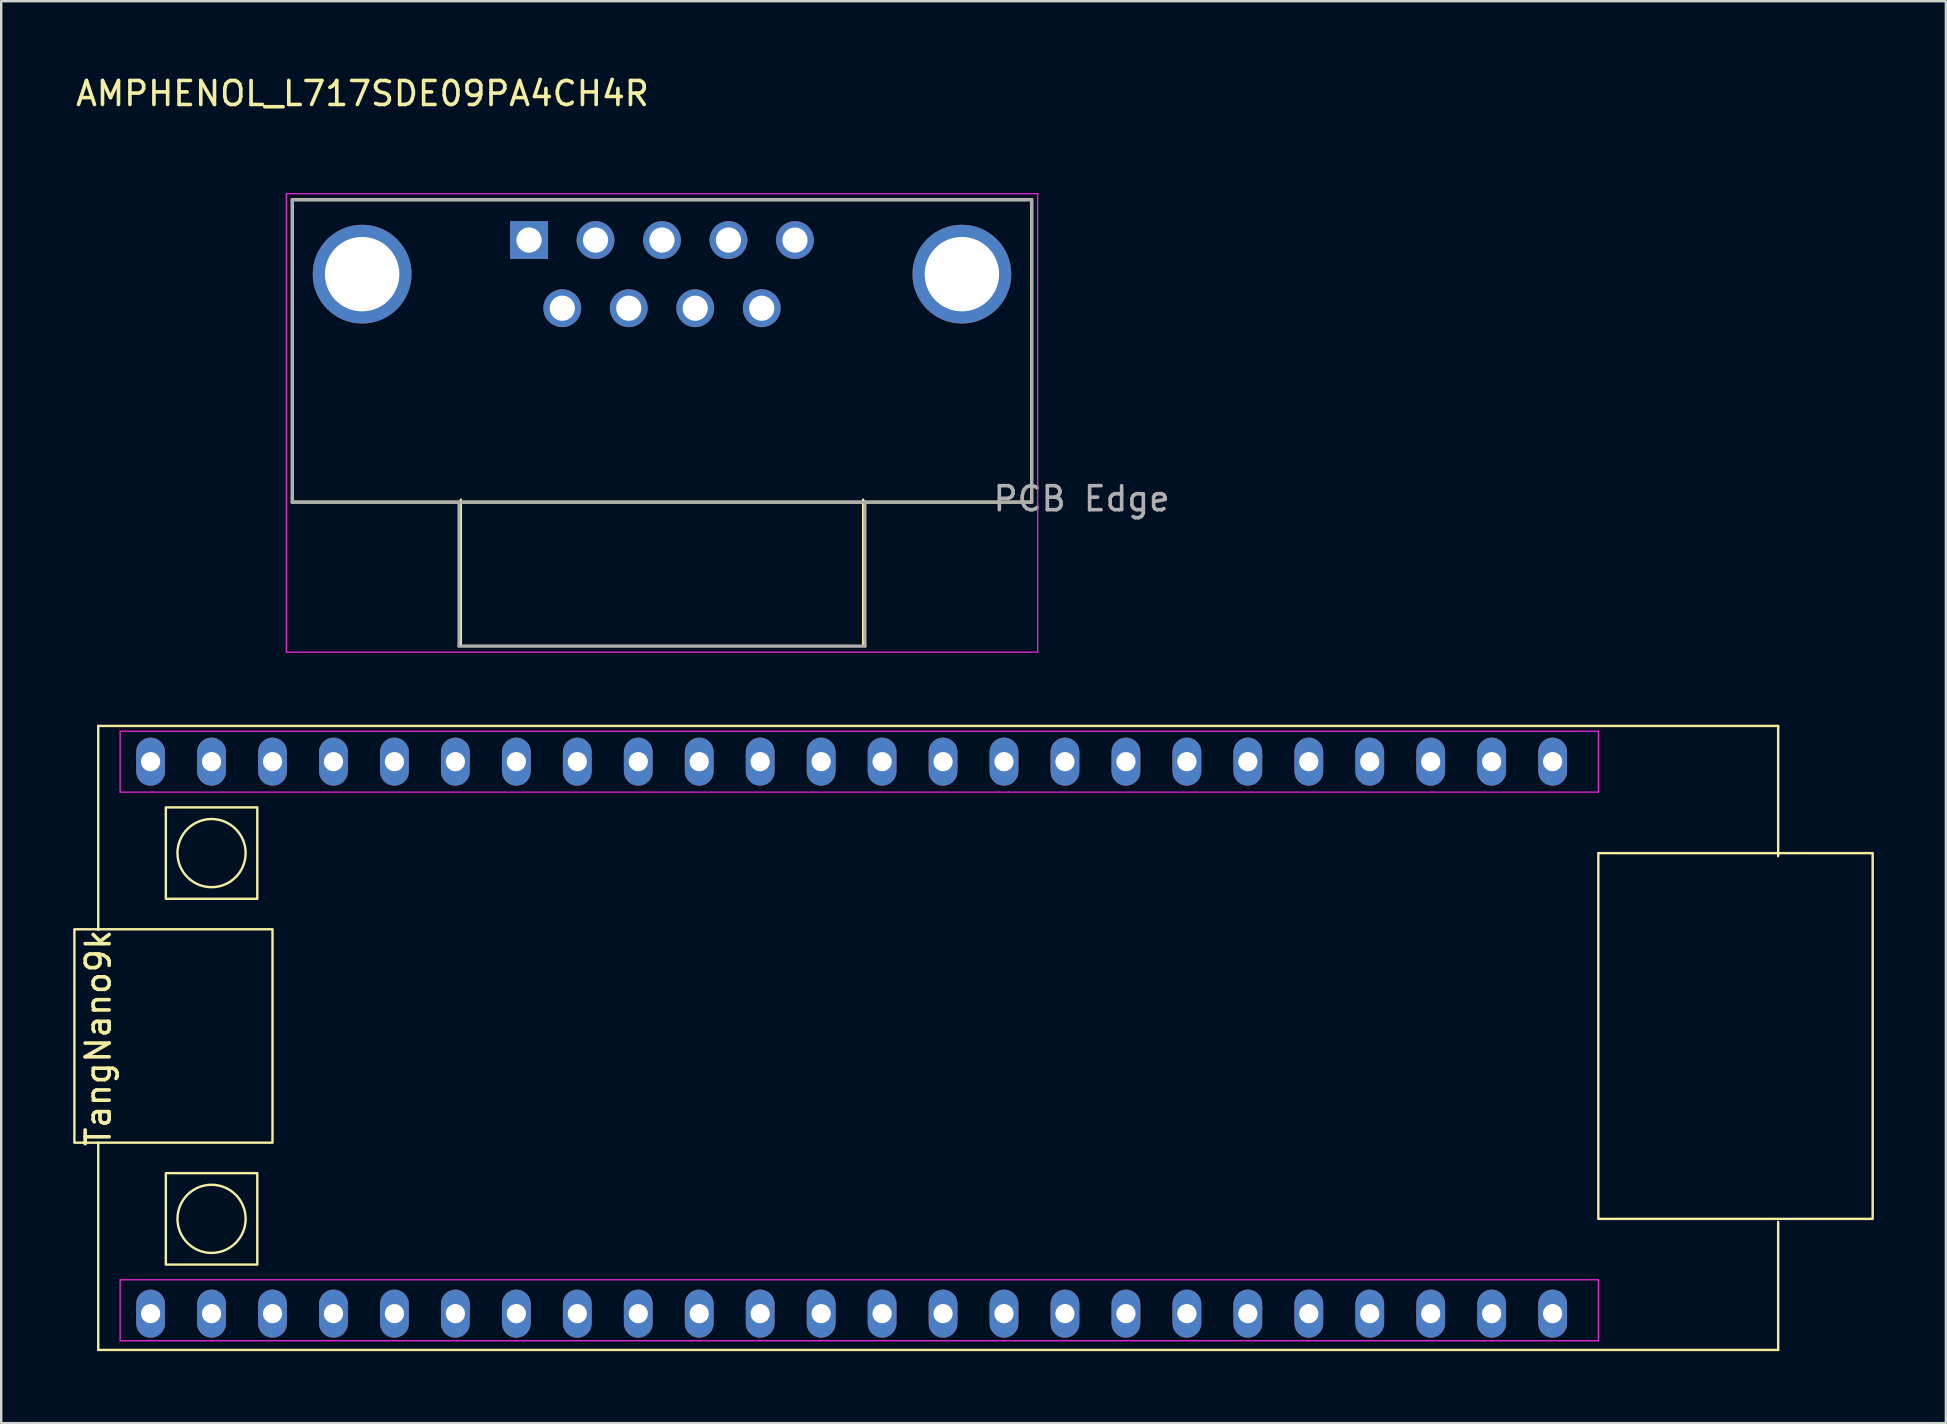
<source format=kicad_pcb>
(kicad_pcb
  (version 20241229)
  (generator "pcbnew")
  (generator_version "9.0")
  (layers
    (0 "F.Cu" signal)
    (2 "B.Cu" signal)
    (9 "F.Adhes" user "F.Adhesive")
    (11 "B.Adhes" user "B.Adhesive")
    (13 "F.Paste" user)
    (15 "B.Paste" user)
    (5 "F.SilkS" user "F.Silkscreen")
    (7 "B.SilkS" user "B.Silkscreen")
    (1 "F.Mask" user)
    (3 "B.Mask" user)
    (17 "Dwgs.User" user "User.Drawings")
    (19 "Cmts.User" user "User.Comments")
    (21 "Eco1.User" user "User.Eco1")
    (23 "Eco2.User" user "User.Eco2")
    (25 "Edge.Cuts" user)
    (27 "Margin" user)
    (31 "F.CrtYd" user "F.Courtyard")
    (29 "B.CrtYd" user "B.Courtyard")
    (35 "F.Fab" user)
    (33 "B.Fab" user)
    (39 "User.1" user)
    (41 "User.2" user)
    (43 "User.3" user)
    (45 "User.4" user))
  (footprint "AMPHENOL_L717SDE09PA4CH4R"
    (layer "F.Cu")
    (at 24.739 8.373)
    (property "Reference" "AMPHENOL_L717SDE09PA4CH4R" (at -12.685 -7.525 0) (layer "F.SilkS") (effects (font (size 1 1) (thickness 0.15))))
    (attr through_hole)
    (fp_line (start -15.61 -3.1) (end 15.2 -3.1) (stroke (width 0.127) (type solid)) (layer "F.SilkS"))
    (fp_line (start -15.61 9.5) (end -15.61 -3.1) (stroke (width 0.127) (type solid)) (layer "F.SilkS"))
    (fp_line (start -15.61 9.5) (end 15.2 9.5) (stroke (width 0.127) (type solid)) (layer "F.SilkS"))
    (fp_line (start -8.587 9.398) (end -8.587 15.494) (stroke (width 0.1) (type default)) (layer "F.SilkS"))
    (fp_line (start -8.587 15.494) (end 8.177 15.494) (stroke (width 0.1) (type default)) (layer "F.SilkS"))
    (fp_line (start 8.177 15.494) (end 8.177 9.398) (stroke (width 0.1) (type default)) (layer "F.SilkS"))
    (fp_line (start 15.2 9.5) (end 15.2 -3.1) (stroke (width 0.127) (type solid)) (layer "F.SilkS"))
    (fp_line (start -15.86 -3.35) (end -15.86 15.75) (stroke (width 0.05) (type solid)) (layer "F.CrtYd"))
    (fp_line (start -15.86 15.75) (end 15.45 15.75) (stroke (width 0.05) (type solid)) (layer "F.CrtYd"))
    (fp_line (start 15.45 -3.35) (end -15.86 -3.35) (stroke (width 0.05) (type solid)) (layer "F.CrtYd"))
    (fp_line (start 15.45 15.75) (end 15.45 -3.35) (stroke (width 0.05) (type solid)) (layer "F.CrtYd"))
    (fp_line (start -15.61 -3.1) (end 15.2 -3.1) (stroke (width 0.127) (type solid)) (layer "F.Fab"))
    (fp_line (start -15.61 9.5) (end -15.61 -3.1) (stroke (width 0.127) (type solid)) (layer "F.Fab"))
    (fp_line (start -15.61 9.5) (end -8.665 9.5) (stroke (width 0.127) (type solid)) (layer "F.Fab"))
    (fp_line (start -8.665 9.5) (end -8.665 15.5) (stroke (width 0.127) (type solid)) (layer "F.Fab"))
    (fp_line (start -8.665 9.5) (end 8.255 9.5) (stroke (width 0.127) (type solid)) (layer "F.Fab"))
    (fp_line (start -8.665 15.5) (end 8.255 15.5) (stroke (width 0.127) (type solid)) (layer "F.Fab"))
    (fp_line (start 8.255 9.5) (end 15.2 9.5) (stroke (width 0.127) (type solid)) (layer "F.Fab"))
    (fp_line (start 8.255 15.5) (end 8.255 9.5) (stroke (width 0.127) (type solid)) (layer "F.Fab"))
    (fp_line (start 15.2 9.5) (end 15.2 -3.1) (stroke (width 0.127) (type solid)) (layer "F.Fab"))
    (fp_text user "PCB Edge" (at 17.28 9.36 0) (layer "F.Fab") (effects (font (size 1 1) (thickness 0.15))))
    (pad "1" thru_hole rect (at -5.745 -1.42) (size 1.575 1.575) (drill 1.05) (layers "*.Cu" "*.Mask"))
    (pad "2" thru_hole circle (at -2.975 -1.42) (size 1.575 1.575) (drill 1.05) (layers "*.Cu" "*.Mask"))
    (pad "3" thru_hole circle (at -0.205 -1.42) (size 1.575 1.575) (drill 1.05) (layers "*.Cu" "*.Mask"))
    (pad "4" thru_hole circle (at 2.565 -1.42) (size 1.575 1.575) (drill 1.05) (layers "*.Cu" "*.Mask"))
    (pad "5" thru_hole circle (at 5.335 -1.42) (size 1.575 1.575) (drill 1.05) (layers "*.Cu" "*.Mask"))
    (pad "6" thru_hole circle (at -4.36 1.42) (size 1.575 1.575) (drill 1.05) (layers "*.Cu" "*.Mask"))
    (pad "7" thru_hole circle (at -1.59 1.42) (size 1.575 1.575) (drill 1.05) (layers "*.Cu" "*.Mask"))
    (pad "8" thru_hole circle (at 1.18 1.42) (size 1.575 1.575) (drill 1.05) (layers "*.Cu" "*.Mask"))
    (pad "9" thru_hole circle (at 3.95 1.42) (size 1.575 1.575) (drill 1.05) (layers "*.Cu" "*.Mask"))
    (pad "S1" thru_hole circle (at -12.7 0) (size 4.116 4.116) (drill 3.1) (layers "*.Cu" "*.Mask"))
    (pad "S2" thru_hole circle (at 12.29 0) (size 4.116 4.116) (drill 3.1) (layers "*.Cu" "*.Mask")))
  (footprint "TangNano9k"
    (layer "F.Cu")
    (at 31.165 40.117)
    (property "Reference" "TangNano9k" (at -30.122 0.081 90) (unlocked yes) (layer "F.SilkS") (effects (font (size 1 1) (thickness 0.15))))
    (attr through_hole)
    (fp_line (start -30.122 -12.919) (end -30.122 -4.419) (stroke (width 0.1) (type default)) (layer "F.SilkS"))
    (fp_line (start -30.122 -12.919) (end 39.878 -12.919) (stroke (width 0.1) (type default)) (layer "F.SilkS"))
    (fp_line (start -30.122 13.081) (end -30.122 4.444) (stroke (width 0.1) (type default)) (layer "F.SilkS"))
    (fp_line (start -30.122 13.081) (end 39.878 13.081) (stroke (width 0.1) (type default)) (layer "F.SilkS"))
    (fp_line (start 39.878 -12.919) (end 39.878 -7.493) (stroke (width 0.1) (type default)) (layer "F.SilkS"))
    (fp_line (start 39.878 13.081) (end 39.878 7.747) (stroke (width 0.1) (type default)) (layer "F.SilkS"))
    (fp_rect (start -31.115 -4.445) (end -22.86 4.445) (stroke (width 0.1) (type default)) (fill no) (layer "F.SilkS"))
    (fp_rect (start -27.305 -9.525) (end -23.495 -5.715) (stroke (width 0.1) (type default)) (fill no) (layer "F.SilkS"))
    (fp_rect (start -27.305 5.715) (end -23.495 9.525) (stroke (width 0.1) (type default)) (fill no) (layer "F.SilkS"))
    (fp_rect (start 32.385 -7.62) (end 43.815 7.62) (stroke (width 0.1) (type default)) (fill no) (layer "F.SilkS"))
    (fp_circle (center -25.4 -7.62) (end -24.13 -8.255) (stroke (width 0.1) (type default)) (fill no) (layer "F.SilkS"))
    (fp_circle (center -25.4 7.62) (end -24.13 6.985) (stroke (width 0.1) (type default)) (fill no) (layer "F.SilkS"))
    (fp_line (start -29.21 -12.7) (end 32.385 -12.7) (stroke (width 0.05) (type default)) (layer "F.CrtYd"))
    (fp_line (start -29.21 -10.16) (end -29.21 -12.7) (stroke (width 0.05) (type default)) (layer "F.CrtYd"))
    (fp_line (start -29.21 -10.16) (end 32.385 -10.16) (stroke (width 0.05) (type default)) (layer "F.CrtYd"))
    (fp_line (start -29.21 10.16) (end 32.385 10.16) (stroke (width 0.05) (type default)) (layer "F.CrtYd"))
    (fp_line (start -29.21 12.7) (end -29.21 10.16) (stroke (width 0.05) (type default)) (layer "F.CrtYd"))
    (fp_line (start -29.21 12.7) (end 32.385 12.7) (stroke (width 0.05) (type default)) (layer "F.CrtYd"))
    (fp_line (start 32.385 -12.7) (end 32.385 -10.16) (stroke (width 0.05) (type default)) (layer "F.CrtYd"))
    (fp_line (start 32.385 10.16) (end 32.385 12.7) (stroke (width 0.05) (type default)) (layer "F.CrtYd"))
    (pad "1" thru_hole oval (at -27.94 11.57) (size 1.2 2) (drill 0.8) (layers "*.Cu" "*.Mask"))
    (pad "2" thru_hole oval (at -25.4 11.57) (size 1.2 2) (drill 0.8) (layers "*.Cu" "*.Mask"))
    (pad "3" thru_hole oval (at -22.86 11.57) (size 1.2 2) (drill 0.8) (layers "*.Cu" "*.Mask"))
    (pad "4" thru_hole oval (at -20.32 11.57) (size 1.2 2) (drill 0.8) (layers "*.Cu" "*.Mask"))
    (pad "5" thru_hole oval (at -17.78 11.57) (size 1.2 2) (drill 0.8) (layers "*.Cu" "*.Mask"))
    (pad "6" thru_hole oval (at -15.24 11.57) (size 1.2 2) (drill 0.8) (layers "*.Cu" "*.Mask"))
    (pad "7" thru_hole oval (at -12.7 11.57) (size 1.2 2) (drill 0.8) (layers "*.Cu" "*.Mask"))
    (pad "8" thru_hole oval (at -10.16 11.57) (size 1.2 2) (drill 0.8) (layers "*.Cu" "*.Mask"))
    (pad "9" thru_hole oval (at -7.62 11.57) (size 1.2 2) (drill 0.8) (layers "*.Cu" "*.Mask"))
    (pad "10" thru_hole oval (at -5.08 11.57) (size 1.2 2) (drill 0.8) (layers "*.Cu" "*.Mask"))
    (pad "11" thru_hole oval (at -2.54 11.57) (size 1.2 2) (drill 0.8) (layers "*.Cu" "*.Mask"))
    (pad "12" thru_hole oval (at 0 11.57) (size 1.2 2) (drill 0.8) (layers "*.Cu" "*.Mask"))
    (pad "13" thru_hole oval (at 2.54 11.57) (size 1.2 2) (drill 0.8) (layers "*.Cu" "*.Mask"))
    (pad "14" thru_hole oval (at 5.08 11.57) (size 1.2 2) (drill 0.8) (layers "*.Cu" "*.Mask"))
    (pad "15" thru_hole oval (at 7.62 11.57) (size 1.2 2) (drill 0.8) (layers "*.Cu" "*.Mask"))
    (pad "16" thru_hole oval (at 10.16 11.57) (size 1.2 2) (drill 0.8) (layers "*.Cu" "*.Mask"))
    (pad "17" thru_hole oval (at 12.7 11.57) (size 1.2 2) (drill 0.8) (layers "*.Cu" "*.Mask"))
    (pad "18" thru_hole oval (at 15.24 11.57) (size 1.2 2) (drill 0.8) (layers "*.Cu" "*.Mask"))
    (pad "19" thru_hole oval (at 17.78 11.57) (size 1.2 2) (drill 0.8) (layers "*.Cu" "*.Mask"))
    (pad "20" thru_hole oval (at 20.32 11.57) (size 1.2 2) (drill 0.8) (layers "*.Cu" "*.Mask"))
    (pad "21" thru_hole oval (at 22.86 11.57) (size 1.2 2) (drill 0.8) (layers "*.Cu" "*.Mask"))
    (pad "22" thru_hole oval (at 25.4 11.57) (size 1.2 2) (drill 0.8) (layers "*.Cu" "*.Mask"))
    (pad "23" thru_hole oval (at 27.94 11.57) (size 1.2 2) (drill 0.8) (layers "*.Cu" "*.Mask"))
    (pad "24" thru_hole oval (at 30.48 11.57) (size 1.2 2) (drill 0.8) (layers "*.Cu" "*.Mask"))
    (pad "25" thru_hole oval (at 30.48 -11.43) (size 1.2 2) (drill 0.8) (layers "*.Cu" "*.Mask"))
    (pad "26" thru_hole oval (at 27.94 -11.43) (size 1.2 2) (drill 0.8) (layers "*.Cu" "*.Mask"))
    (pad "27" thru_hole oval (at 25.4 -11.43) (size 1.2 2) (drill 0.8) (layers "*.Cu" "*.Mask"))
    (pad "28" thru_hole oval (at 22.86 -11.43) (size 1.2 2) (drill 0.8) (layers "*.Cu" "*.Mask"))
    (pad "29" thru_hole oval (at 20.32 -11.43) (size 1.2 2) (drill 0.8) (layers "*.Cu" "*.Mask"))
    (pad "30" thru_hole oval (at 17.78 -11.43) (size 1.2 2) (drill 0.8) (layers "*.Cu" "*.Mask"))
    (pad "31" thru_hole oval (at 15.24 -11.43) (size 1.2 2) (drill 0.8) (layers "*.Cu" "*.Mask"))
    (pad "32" thru_hole oval (at 12.7 -11.43) (size 1.2 2) (drill 0.8) (layers "*.Cu" "*.Mask"))
    (pad "33" thru_hole oval (at 10.16 -11.43) (size 1.2 2) (drill 0.8) (layers "*.Cu" "*.Mask"))
    (pad "34" thru_hole oval (at 7.62 -11.43) (size 1.2 2) (drill 0.8) (layers "*.Cu" "*.Mask"))
    (pad "35" thru_hole oval (at 5.08 -11.43) (size 1.2 2) (drill 0.8) (layers "*.Cu" "*.Mask"))
    (pad "36" thru_hole oval (at 2.54 -11.43) (size 1.2 2) (drill 0.8) (layers "*.Cu" "*.Mask"))
    (pad "37" thru_hole oval (at 0 -11.43) (size 1.2 2) (drill 0.8) (layers "*.Cu" "*.Mask"))
    (pad "38" thru_hole oval (at -2.54 -11.43) (size 1.2 2) (drill 0.8) (layers "*.Cu" "*.Mask"))
    (pad "39" thru_hole oval (at -5.08 -11.43) (size 1.2 2) (drill 0.8) (layers "*.Cu" "*.Mask"))
    (pad "40" thru_hole oval (at -7.62 -11.43) (size 1.2 2) (drill 0.8) (layers "*.Cu" "*.Mask"))
    (pad "41" thru_hole oval (at -10.16 -11.43) (size 1.2 2) (drill 0.8) (layers "*.Cu" "*.Mask"))
    (pad "42" thru_hole oval (at -12.7 -11.43) (size 1.2 2) (drill 0.8) (layers "*.Cu" "*.Mask"))
    (pad "43" thru_hole oval (at -15.24 -11.43) (size 1.2 2) (drill 0.8) (layers "*.Cu" "*.Mask"))
    (pad "44" thru_hole oval (at -17.78 -11.43) (size 1.2 2) (drill 0.8) (layers "*.Cu" "*.Mask"))
    (pad "45" thru_hole oval (at -20.32 -11.43) (size 1.2 2) (drill 0.8) (layers "*.Cu" "*.Mask"))
    (pad "46" thru_hole oval (at -22.86 -11.43) (size 1.2 2) (drill 0.8) (layers "*.Cu" "*.Mask"))
    (pad "47" thru_hole oval (at -25.4 -11.43) (size 1.2 2) (drill 0.8) (layers "*.Cu" "*.Mask"))
    (pad "48" thru_hole oval (at -27.94 -11.43) (size 1.2 2) (drill 0.8) (layers "*.Cu" "*.Mask")))
  (gr_rect
    (start -3 -3)
    (end 78.03 56.248)
    (stroke (width 0.1) (type default))
    (fill no)
    (layer "Edge.Cuts")))
</source>
